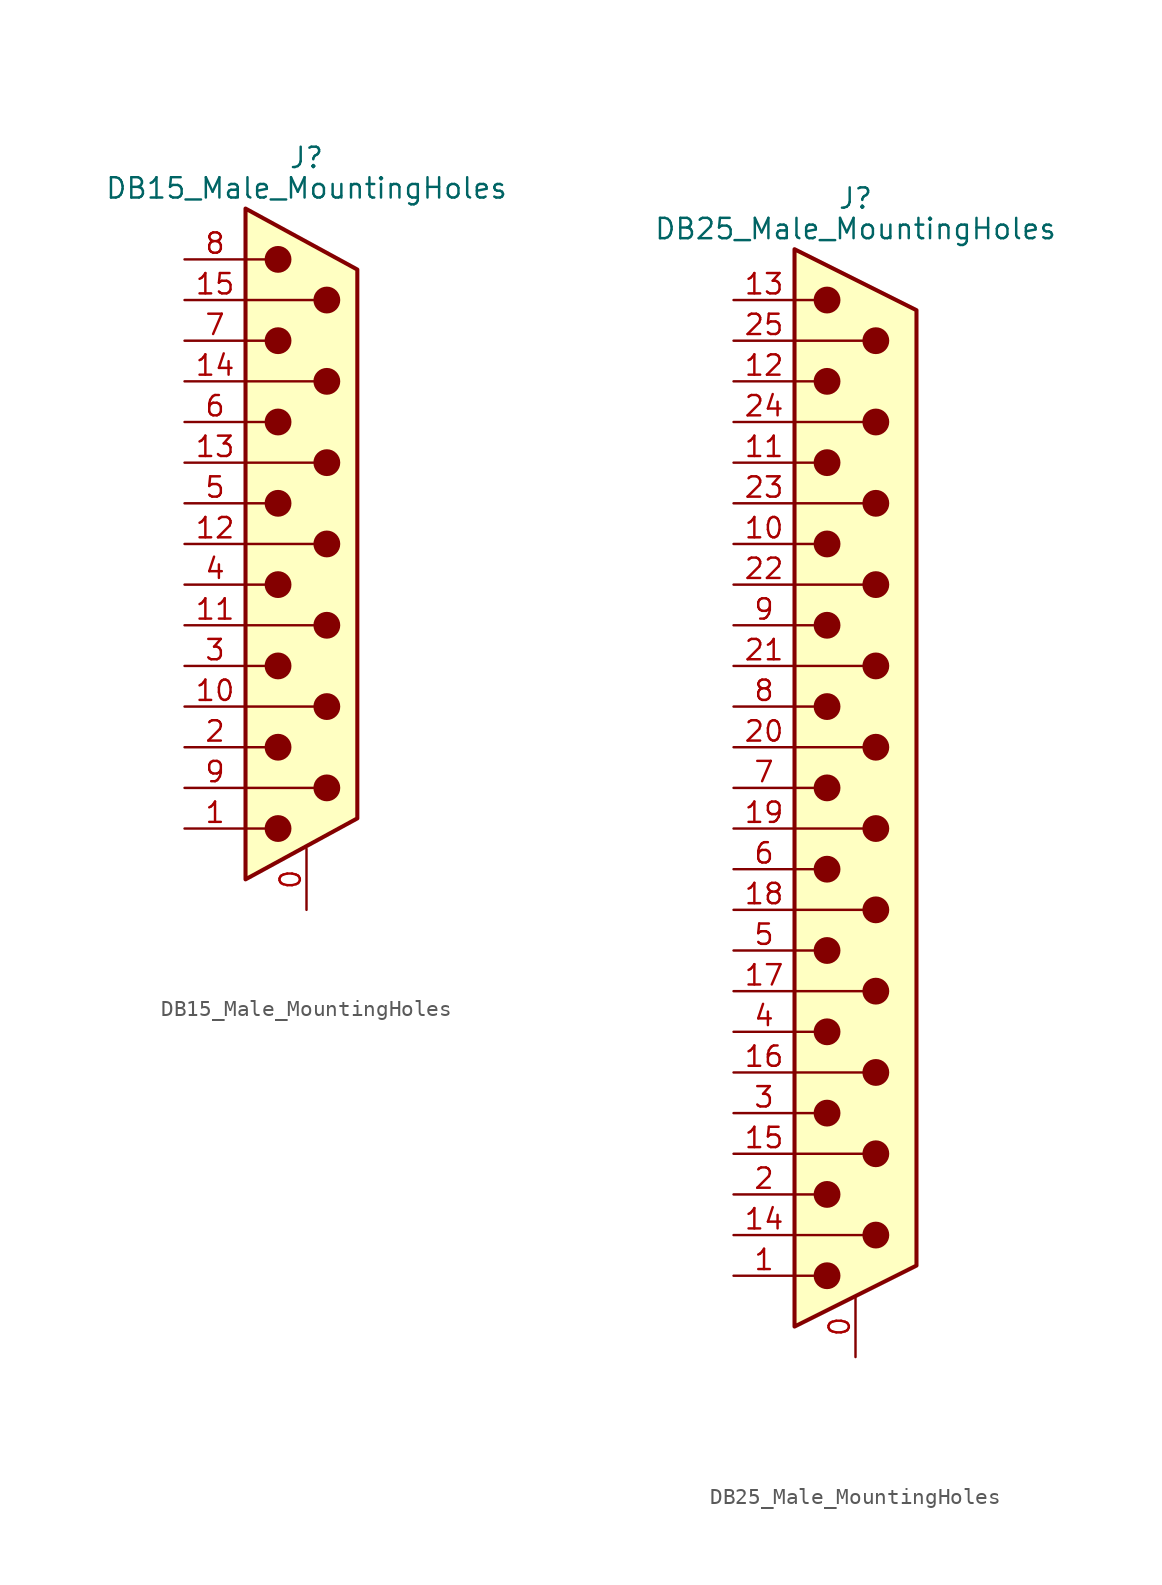
<source format=kicad_sym>
(kicad_symbol_lib
  (version 20220914)
  (generator kicad_symbol_editor)
  (symbol "DB15_Male_MountingHoles"
    (pin_names
      (offset 1.016) hide)
    (property "Reference" "J"
      (at 0 24.13 0)
      (effects (font (size 1.27 1.27))))
    (property "Value" "DB15_Male_MountingHoles"
      (at 0 22.225 0)
      (effects (font (size 1.27 1.27))))
    (symbol "DB15_Male_MountingHoles_0_1"
      (circle (center -1.778 -17.78) (radius 0.762) (stroke (width 0) (type default)) (fill (type outline)))
      (circle (center -1.778 -12.7) (radius 0.762) (stroke (width 0) (type default)) (fill (type outline)))
      (circle (center -1.778 -7.62) (radius 0.762) (stroke (width 0) (type default)) (fill (type outline)))
      (circle (center -1.778 -2.54) (radius 0.762) (stroke (width 0) (type default)) (fill (type outline)))
      (circle (center -1.778 2.54) (radius 0.762) (stroke (width 0) (type default)) (fill (type outline)))
      (circle (center -1.778 7.62) (radius 0.762) (stroke (width 0) (type default)) (fill (type outline)))
      (circle (center -1.778 12.7) (radius 0.762) (stroke (width 0) (type default)) (fill (type outline)))
      (circle (center -1.778 17.78) (radius 0.762) (stroke (width 0) (type default)) (fill (type outline)))
      (polyline (pts (xy -3.81 -17.78) (xy -2.54 -17.78)) (stroke (width 0) (type default)) (fill (type none)))
      (polyline (pts (xy -3.81 -15.24) (xy 0.508 -15.24)) (stroke (width 0) (type default)) (fill (type none)))
      (polyline (pts (xy -3.81 -12.7) (xy -2.54 -12.7)) (stroke (width 0) (type default)) (fill (type none)))
      (polyline (pts (xy -3.81 -10.16) (xy 0.508 -10.16)) (stroke (width 0) (type default)) (fill (type none)))
      (polyline (pts (xy -3.81 -7.62) (xy -2.54 -7.62)) (stroke (width 0) (type default)) (fill (type none)))
      (polyline (pts (xy -3.81 -5.08) (xy 0.508 -5.08)) (stroke (width 0) (type default)) (fill (type none)))
      (polyline (pts (xy -3.81 -2.54) (xy -2.54 -2.54)) (stroke (width 0) (type default)) (fill (type none)))
      (polyline (pts (xy -3.81 0) (xy 0.508 0)) (stroke (width 0) (type default)) (fill (type none)))
      (polyline (pts (xy -3.81 2.54) (xy -2.54 2.54)) (stroke (width 0) (type default)) (fill (type none)))
      (polyline (pts (xy -3.81 5.08) (xy 0.508 5.08)) (stroke (width 0) (type default)) (fill (type none)))
      (polyline (pts (xy -3.81 7.62) (xy -2.54 7.62)) (stroke (width 0) (type default)) (fill (type none)))
      (polyline (pts (xy -3.81 10.16) (xy 0.508 10.16)) (stroke (width 0) (type default)) (fill (type none)))
      (polyline (pts (xy -3.81 12.7) (xy -2.54 12.7)) (stroke (width 0) (type default)) (fill (type none)))
      (polyline (pts (xy -3.81 15.24) (xy 0.508 15.24)) (stroke (width 0) (type default)) (fill (type none)))
      (polyline (pts (xy -3.81 17.78) (xy -2.54 17.78)) (stroke (width 0) (type default)) (fill (type none)))
      (polyline (pts (xy -3.81 -20.955) (xy 3.175 -17.145) (xy 3.175 17.145) (xy -3.81 20.955) (xy -3.81 -20.955)) (stroke (width 0.254) (type default)) (fill (type background)))
      (circle (center 1.27 -15.24) (radius 0.762) (stroke (width 0) (type default)) (fill (type outline)))
      (circle (center 1.27 -10.16) (radius 0.762) (stroke (width 0) (type default)) (fill (type outline)))
      (circle (center 1.27 -5.08) (radius 0.762) (stroke (width 0) (type default)) (fill (type outline)))
      (circle (center 1.27 0) (radius 0.762) (stroke (width 0) (type default)) (fill (type outline)))
      (circle (center 1.27 5.08) (radius 0.762) (stroke (width 0) (type default)) (fill (type outline)))
      (circle (center 1.27 10.16) (radius 0.762) (stroke (width 0) (type default)) (fill (type outline)))
      (circle (center 1.27 15.24) (radius 0.762) (stroke (width 0) (type default)) (fill (type outline))))
    (symbol "DB15_Male_MountingHoles_1_1"
      (pin passive line (at 0 -22.86 90) (length 3.81) (name "PAD" (effects (font (size 1.27 1.27)))) (number "0" (effects (font (size 1.27 1.27)))))
      (pin passive line (at -7.62 -17.78 0) (length 3.81) (name "1" (effects (font (size 1.27 1.27)))) (number "1" (effects (font (size 1.27 1.27)))))
      (pin passive line (at -7.62 -10.16 0) (length 3.81) (name "P10" (effects (font (size 1.27 1.27)))) (number "10" (effects (font (size 1.27 1.27)))))
      (pin passive line (at -7.62 -5.08 0) (length 3.81) (name "P111" (effects (font (size 1.27 1.27)))) (number "11" (effects (font (size 1.27 1.27)))))
      (pin passive line (at -7.62 0 0) (length 3.81) (name "P12" (effects (font (size 1.27 1.27)))) (number "12" (effects (font (size 1.27 1.27)))))
      (pin passive line (at -7.62 5.08 0) (length 3.81) (name "P13" (effects (font (size 1.27 1.27)))) (number "13" (effects (font (size 1.27 1.27)))))
      (pin passive line (at -7.62 10.16 0) (length 3.81) (name "P14" (effects (font (size 1.27 1.27)))) (number "14" (effects (font (size 1.27 1.27)))))
      (pin passive line (at -7.62 15.24 0) (length 3.81) (name "P15" (effects (font (size 1.27 1.27)))) (number "15" (effects (font (size 1.27 1.27)))))
      (pin passive line (at -7.62 -12.7 0) (length 3.81) (name "2" (effects (font (size 1.27 1.27)))) (number "2" (effects (font (size 1.27 1.27)))))
      (pin passive line (at -7.62 -7.62 0) (length 3.81) (name "3" (effects (font (size 1.27 1.27)))) (number "3" (effects (font (size 1.27 1.27)))))
      (pin passive line (at -7.62 -2.54 0) (length 3.81) (name "4" (effects (font (size 1.27 1.27)))) (number "4" (effects (font (size 1.27 1.27)))))
      (pin passive line (at -7.62 2.54 0) (length 3.81) (name "5" (effects (font (size 1.27 1.27)))) (number "5" (effects (font (size 1.27 1.27)))))
      (pin passive line (at -7.62 7.62 0) (length 3.81) (name "6" (effects (font (size 1.27 1.27)))) (number "6" (effects (font (size 1.27 1.27)))))
      (pin passive line (at -7.62 12.7 0) (length 3.81) (name "7" (effects (font (size 1.27 1.27)))) (number "7" (effects (font (size 1.27 1.27)))))
      (pin passive line (at -7.62 17.78 0) (length 3.81) (name "8" (effects (font (size 1.27 1.27)))) (number "8" (effects (font (size 1.27 1.27)))))
      (pin passive line (at -7.62 -15.24 0) (length 3.81) (name "P9" (effects (font (size 1.27 1.27)))) (number "9" (effects (font (size 1.27 1.27)))))))
  (symbol "DB25_Male_MountingHoles"
    (pin_names
      (offset 1.016) hide)
    (property "Reference" "J"
      (at 0 36.83 0)
      (effects (font (size 1.27 1.27))))
    (property "Value" "DB25_Male_MountingHoles"
      (at 0 34.925 0)
      (effects (font (size 1.27 1.27))))
    (symbol "DB25_Male_MountingHoles_0_1"
      (circle (center -1.778 -30.48) (radius 0.762) (stroke (width 0) (type default)) (fill (type outline)))
      (circle (center -1.778 -25.4) (radius 0.762) (stroke (width 0) (type default)) (fill (type outline)))
      (circle (center -1.778 -20.32) (radius 0.762) (stroke (width 0) (type default)) (fill (type outline)))
      (circle (center -1.778 -15.24) (radius 0.762) (stroke (width 0) (type default)) (fill (type outline)))
      (circle (center -1.778 -10.16) (radius 0.762) (stroke (width 0) (type default)) (fill (type outline)))
      (circle (center -1.778 -5.08) (radius 0.762) (stroke (width 0) (type default)) (fill (type outline)))
      (circle (center -1.778 0) (radius 0.762) (stroke (width 0) (type default)) (fill (type outline)))
      (circle (center -1.778 5.08) (radius 0.762) (stroke (width 0) (type default)) (fill (type outline)))
      (circle (center -1.778 10.16) (radius 0.762) (stroke (width 0) (type default)) (fill (type outline)))
      (circle (center -1.778 15.24) (radius 0.762) (stroke (width 0) (type default)) (fill (type outline)))
      (circle (center -1.778 20.32) (radius 0.762) (stroke (width 0) (type default)) (fill (type outline)))
      (circle (center -1.778 25.4) (radius 0.762) (stroke (width 0) (type default)) (fill (type outline)))
      (circle (center -1.778 30.48) (radius 0.762) (stroke (width 0) (type default)) (fill (type outline)))
      (polyline (pts (xy -3.81 -30.48) (xy -2.54 -30.48)) (stroke (width 0) (type default)) (fill (type none)))
      (polyline (pts (xy -3.81 -27.94) (xy 0.508 -27.94)) (stroke (width 0) (type default)) (fill (type none)))
      (polyline (pts (xy -3.81 -25.4) (xy -2.54 -25.4)) (stroke (width 0) (type default)) (fill (type none)))
      (polyline (pts (xy -3.81 -22.86) (xy 0.508 -22.86)) (stroke (width 0) (type default)) (fill (type none)))
      (polyline (pts (xy -3.81 -20.32) (xy -2.54 -20.32)) (stroke (width 0) (type default)) (fill (type none)))
      (polyline (pts (xy -3.81 -17.78) (xy 0.508 -17.78)) (stroke (width 0) (type default)) (fill (type none)))
      (polyline (pts (xy -3.81 -15.24) (xy -2.54 -15.24)) (stroke (width 0) (type default)) (fill (type none)))
      (polyline (pts (xy -3.81 -12.7) (xy 0.508 -12.7)) (stroke (width 0) (type default)) (fill (type none)))
      (polyline (pts (xy -3.81 -10.16) (xy -2.54 -10.16)) (stroke (width 0) (type default)) (fill (type none)))
      (polyline (pts (xy -3.81 -7.62) (xy 0.508 -7.62)) (stroke (width 0) (type default)) (fill (type none)))
      (polyline (pts (xy -3.81 -5.08) (xy -2.54 -5.08)) (stroke (width 0) (type default)) (fill (type none)))
      (polyline (pts (xy -3.81 -2.54) (xy 0.508 -2.54)) (stroke (width 0) (type default)) (fill (type none)))
      (polyline (pts (xy -3.81 0) (xy -2.54 0)) (stroke (width 0) (type default)) (fill (type none)))
      (polyline (pts (xy -3.81 2.54) (xy 0.508 2.54)) (stroke (width 0) (type default)) (fill (type none)))
      (polyline (pts (xy -3.81 5.08) (xy -2.54 5.08)) (stroke (width 0) (type default)) (fill (type none)))
      (polyline (pts (xy -3.81 7.62) (xy 0.508 7.62)) (stroke (width 0) (type default)) (fill (type none)))
      (polyline (pts (xy -3.81 10.16) (xy -2.54 10.16)) (stroke (width 0) (type default)) (fill (type none)))
      (polyline (pts (xy -3.81 12.7) (xy 0.508 12.7)) (stroke (width 0) (type default)) (fill (type none)))
      (polyline (pts (xy -3.81 15.24) (xy -2.54 15.24)) (stroke (width 0) (type default)) (fill (type none)))
      (polyline (pts (xy -3.81 17.78) (xy 0.508 17.78)) (stroke (width 0) (type default)) (fill (type none)))
      (polyline (pts (xy -3.81 20.32) (xy -2.54 20.32)) (stroke (width 0) (type default)) (fill (type none)))
      (polyline (pts (xy -3.81 22.86) (xy 0.508 22.86)) (stroke (width 0) (type default)) (fill (type none)))
      (polyline (pts (xy -3.81 25.4) (xy -2.54 25.4)) (stroke (width 0) (type default)) (fill (type none)))
      (polyline (pts (xy -3.81 27.94) (xy 0.508 27.94)) (stroke (width 0) (type default)) (fill (type none)))
      (polyline (pts (xy -3.81 30.48) (xy -2.54 30.48)) (stroke (width 0) (type default)) (fill (type none)))
      (polyline (pts (xy -3.81 -33.655) (xy 3.81 -29.845) (xy 3.81 29.845) (xy -3.81 33.655) (xy -3.81 -33.655)) (stroke (width 0.254) (type default)) (fill (type background)))
      (circle (center 1.27 -27.94) (radius 0.762) (stroke (width 0) (type default)) (fill (type outline)))
      (circle (center 1.27 -22.86) (radius 0.762) (stroke (width 0) (type default)) (fill (type outline)))
      (circle (center 1.27 -17.78) (radius 0.762) (stroke (width 0) (type default)) (fill (type outline)))
      (circle (center 1.27 -12.7) (radius 0.762) (stroke (width 0) (type default)) (fill (type outline)))
      (circle (center 1.27 -7.62) (radius 0.762) (stroke (width 0) (type default)) (fill (type outline)))
      (circle (center 1.27 -2.54) (radius 0.762) (stroke (width 0) (type default)) (fill (type outline)))
      (circle (center 1.27 2.54) (radius 0.762) (stroke (width 0) (type default)) (fill (type outline)))
      (circle (center 1.27 7.62) (radius 0.762) (stroke (width 0) (type default)) (fill (type outline)))
      (circle (center 1.27 12.7) (radius 0.762) (stroke (width 0) (type default)) (fill (type outline)))
      (circle (center 1.27 17.78) (radius 0.762) (stroke (width 0) (type default)) (fill (type outline)))
      (circle (center 1.27 22.86) (radius 0.762) (stroke (width 0) (type default)) (fill (type outline)))
      (circle (center 1.27 27.94) (radius 0.762) (stroke (width 0) (type default)) (fill (type outline))))
    (symbol "DB25_Male_MountingHoles_1_1"
      (pin passive line (at 0 -35.56 90) (length 3.81) (name "PAD" (effects (font (size 1.27 1.27)))) (number "0" (effects (font (size 1.27 1.27)))))
      (pin passive line (at -7.62 -30.48 0) (length 3.81) (name "1" (effects (font (size 1.27 1.27)))) (number "1" (effects (font (size 1.27 1.27)))))
      (pin passive line (at -7.62 15.24 0) (length 3.81) (name "10" (effects (font (size 1.27 1.27)))) (number "10" (effects (font (size 1.27 1.27)))))
      (pin passive line (at -7.62 20.32 0) (length 3.81) (name "11" (effects (font (size 1.27 1.27)))) (number "11" (effects (font (size 1.27 1.27)))))
      (pin passive line (at -7.62 25.4 0) (length 3.81) (name "12" (effects (font (size 1.27 1.27)))) (number "12" (effects (font (size 1.27 1.27)))))
      (pin passive line (at -7.62 30.48 0) (length 3.81) (name "13" (effects (font (size 1.27 1.27)))) (number "13" (effects (font (size 1.27 1.27)))))
      (pin passive line (at -7.62 -27.94 0) (length 3.81) (name "P14" (effects (font (size 1.27 1.27)))) (number "14" (effects (font (size 1.27 1.27)))))
      (pin passive line (at -7.62 -22.86 0) (length 3.81) (name "P15" (effects (font (size 1.27 1.27)))) (number "15" (effects (font (size 1.27 1.27)))))
      (pin passive line (at -7.62 -17.78 0) (length 3.81) (name "P16" (effects (font (size 1.27 1.27)))) (number "16" (effects (font (size 1.27 1.27)))))
      (pin passive line (at -7.62 -12.7 0) (length 3.81) (name "P17" (effects (font (size 1.27 1.27)))) (number "17" (effects (font (size 1.27 1.27)))))
      (pin passive line (at -7.62 -7.62 0) (length 3.81) (name "P18" (effects (font (size 1.27 1.27)))) (number "18" (effects (font (size 1.27 1.27)))))
      (pin passive line (at -7.62 -2.54 0) (length 3.81) (name "P19" (effects (font (size 1.27 1.27)))) (number "19" (effects (font (size 1.27 1.27)))))
      (pin passive line (at -7.62 -25.4 0) (length 3.81) (name "2" (effects (font (size 1.27 1.27)))) (number "2" (effects (font (size 1.27 1.27)))))
      (pin passive line (at -7.62 2.54 0) (length 3.81) (name "P20" (effects (font (size 1.27 1.27)))) (number "20" (effects (font (size 1.27 1.27)))))
      (pin passive line (at -7.62 7.62 0) (length 3.81) (name "P21" (effects (font (size 1.27 1.27)))) (number "21" (effects (font (size 1.27 1.27)))))
      (pin passive line (at -7.62 12.7 0) (length 3.81) (name "P22" (effects (font (size 1.27 1.27)))) (number "22" (effects (font (size 1.27 1.27)))))
      (pin passive line (at -7.62 17.78 0) (length 3.81) (name "P23" (effects (font (size 1.27 1.27)))) (number "23" (effects (font (size 1.27 1.27)))))
      (pin passive line (at -7.62 22.86 0) (length 3.81) (name "P24" (effects (font (size 1.27 1.27)))) (number "24" (effects (font (size 1.27 1.27)))))
      (pin passive line (at -7.62 27.94 0) (length 3.81) (name "P25" (effects (font (size 1.27 1.27)))) (number "25" (effects (font (size 1.27 1.27)))))
      (pin passive line (at -7.62 -20.32 0) (length 3.81) (name "3" (effects (font (size 1.27 1.27)))) (number "3" (effects (font (size 1.27 1.27)))))
      (pin passive line (at -7.62 -15.24 0) (length 3.81) (name "4" (effects (font (size 1.27 1.27)))) (number "4" (effects (font (size 1.27 1.27)))))
      (pin passive line (at -7.62 -10.16 0) (length 3.81) (name "5" (effects (font (size 1.27 1.27)))) (number "5" (effects (font (size 1.27 1.27)))))
      (pin passive line (at -7.62 -5.08 0) (length 3.81) (name "6" (effects (font (size 1.27 1.27)))) (number "6" (effects (font (size 1.27 1.27)))))
      (pin passive line (at -7.62 0 0) (length 3.81) (name "7" (effects (font (size 1.27 1.27)))) (number "7" (effects (font (size 1.27 1.27)))))
      (pin passive line (at -7.62 5.08 0) (length 3.81) (name "8" (effects (font (size 1.27 1.27)))) (number "8" (effects (font (size 1.27 1.27)))))
      (pin passive line (at -7.62 10.16 0) (length 3.81) (name "9" (effects (font (size 1.27 1.27)))) (number "9" (effects (font (size 1.27 1.27))))))))
</source>
